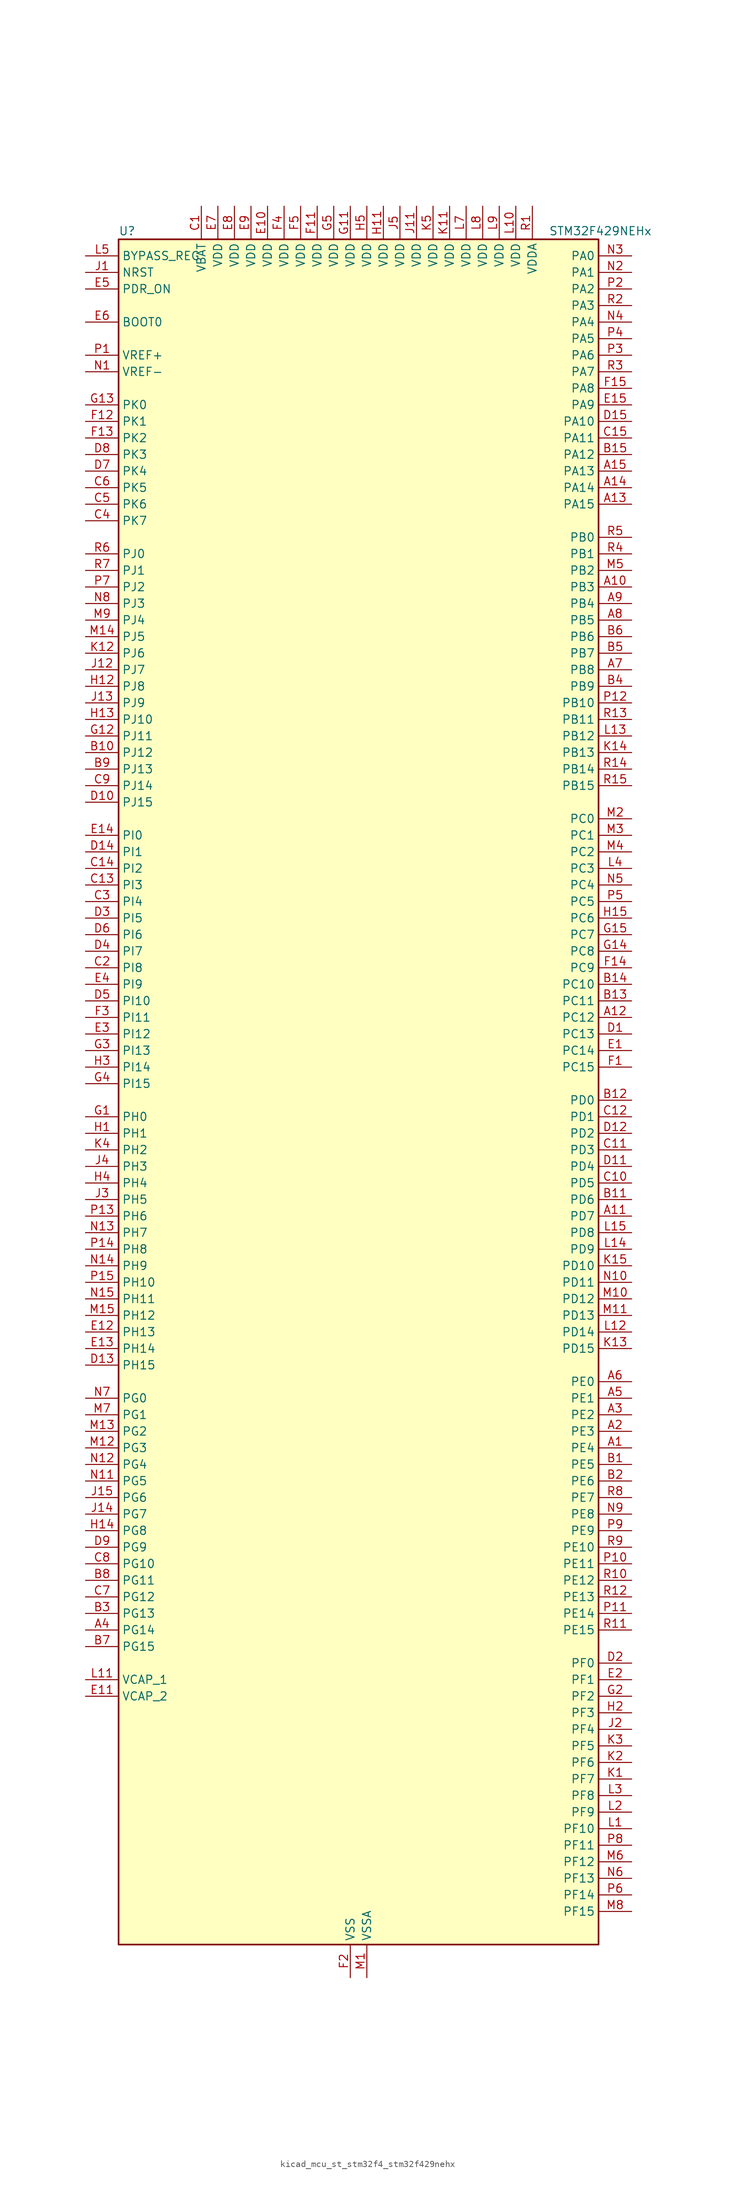
<source format=kicad_sym>
(kicad_symbol_lib
  (version 20220914)
  (generator kicad_symbol_editor)
  (symbol "kicad_mcu_st_stm32f4_stm32f429nehx"
    (property "Reference" "U"
      (at -35.56 133.35 0)
      (effects (font (size 1.27 1.27)) (justify left)))
    (property "Value" "STM32F429NEHx"
      (at 30.48 133.35 0)
      (effects (font (size 1.27 1.27)) (justify left)))
    (property "ki_locked" ""
      (at 0 0 0)
      (effects (font (size 1.27 1.27))))
    (symbol "kicad_mcu_st_stm32f4_stm32f429nehx_0_1"
      (rectangle (start -35.56 -129.54) (end 38.1 132.08) (stroke (width 0.254) (type default)) (fill (type background))))
    (symbol "kicad_mcu_st_stm32f4_stm32f429nehx_1_1"
      (pin bidirectional line (at 43.18 -53.34 180) (length 5.08) (name "PE4" (effects (font (size 1.27 1.27)))) (number "A1" (effects (font (size 1.27 1.27)))) (alternate "DCMI_D4" bidirectional line) (alternate "FMC_A20" bidirectional line) (alternate "LTDC_B0" bidirectional line) (alternate "SAI1_FS_A" bidirectional line) (alternate "SPI4_NSS" bidirectional line) (alternate "SYS_TRACED1" bidirectional line))
      (pin bidirectional line (at 43.18 78.74 180) (length 5.08) (name "PB3" (effects (font (size 1.27 1.27)))) (number "A10" (effects (font (size 1.27 1.27)))) (alternate "I2S3_CK" bidirectional line) (alternate "SPI1_SCK" bidirectional line) (alternate "SPI3_SCK" bidirectional line) (alternate "SYS_JTDO-SWO" bidirectional line) (alternate "TIM2_CH2" bidirectional line))
      (pin bidirectional line (at 43.18 -17.78 180) (length 5.08) (name "PD7" (effects (font (size 1.27 1.27)))) (number "A11" (effects (font (size 1.27 1.27)))) (alternate "FMC_NCE2" bidirectional line) (alternate "FMC_NE1" bidirectional line) (alternate "USART2_CK" bidirectional line))
      (pin bidirectional line (at 43.18 12.7 180) (length 5.08) (name "PC12" (effects (font (size 1.27 1.27)))) (number "A12" (effects (font (size 1.27 1.27)))) (alternate "DCMI_D9" bidirectional line) (alternate "I2S3_SD" bidirectional line) (alternate "SDIO_CK" bidirectional line) (alternate "SPI3_MOSI" bidirectional line) (alternate "UART5_TX" bidirectional line) (alternate "USART3_CK" bidirectional line))
      (pin bidirectional line (at 43.18 91.44 180) (length 5.08) (name "PA15" (effects (font (size 1.27 1.27)))) (number "A13" (effects (font (size 1.27 1.27)))) (alternate "ADC1_EXTI15" bidirectional line) (alternate "ADC2_EXTI15" bidirectional line) (alternate "ADC3_EXTI15" bidirectional line) (alternate "I2S3_WS" bidirectional line) (alternate "SPI1_NSS" bidirectional line) (alternate "SPI3_NSS" bidirectional line) (alternate "SYS_JTDI" bidirectional line) (alternate "TIM2_CH1" bidirectional line) (alternate "TIM2_ETR" bidirectional line))
      (pin bidirectional line (at 43.18 93.98 180) (length 5.08) (name "PA14" (effects (font (size 1.27 1.27)))) (number "A14" (effects (font (size 1.27 1.27)))) (alternate "SYS_JTCK-SWCLK" bidirectional line))
      (pin bidirectional line (at 43.18 96.52 180) (length 5.08) (name "PA13" (effects (font (size 1.27 1.27)))) (number "A15" (effects (font (size 1.27 1.27)))) (alternate "SYS_JTMS-SWDIO" bidirectional line))
      (pin bidirectional line (at 43.18 -50.8 180) (length 5.08) (name "PE3" (effects (font (size 1.27 1.27)))) (number "A2" (effects (font (size 1.27 1.27)))) (alternate "FMC_A19" bidirectional line) (alternate "SAI1_SD_B" bidirectional line) (alternate "SYS_TRACED0" bidirectional line))
      (pin bidirectional line (at 43.18 -48.26 180) (length 5.08) (name "PE2" (effects (font (size 1.27 1.27)))) (number "A3" (effects (font (size 1.27 1.27)))) (alternate "ETH_TXD3" bidirectional line) (alternate "FMC_A23" bidirectional line) (alternate "SAI1_MCLK_A" bidirectional line) (alternate "SPI4_SCK" bidirectional line) (alternate "SYS_TRACECLK" bidirectional line))
      (pin bidirectional line (at -40.64 -81.28 0) (length 5.08) (name "PG14" (effects (font (size 1.27 1.27)))) (number "A4" (effects (font (size 1.27 1.27)))) (alternate "ETH_TXD1" bidirectional line) (alternate "FMC_A25" bidirectional line) (alternate "SPI6_MOSI" bidirectional line) (alternate "USART6_TX" bidirectional line))
      (pin bidirectional line (at 43.18 -45.72 180) (length 5.08) (name "PE1" (effects (font (size 1.27 1.27)))) (number "A5" (effects (font (size 1.27 1.27)))) (alternate "DCMI_D3" bidirectional line) (alternate "FMC_NBL1" bidirectional line) (alternate "UART8_TX" bidirectional line))
      (pin bidirectional line (at 43.18 -43.18 180) (length 5.08) (name "PE0" (effects (font (size 1.27 1.27)))) (number "A6" (effects (font (size 1.27 1.27)))) (alternate "DCMI_D2" bidirectional line) (alternate "FMC_NBL0" bidirectional line) (alternate "TIM4_ETR" bidirectional line) (alternate "UART8_RX" bidirectional line))
      (pin bidirectional line (at 43.18 66.04 180) (length 5.08) (name "PB8" (effects (font (size 1.27 1.27)))) (number "A7" (effects (font (size 1.27 1.27)))) (alternate "CAN1_RX" bidirectional line) (alternate "DCMI_D6" bidirectional line) (alternate "ETH_TXD3" bidirectional line) (alternate "I2C1_SCL" bidirectional line) (alternate "LTDC_B6" bidirectional line) (alternate "SDIO_D4" bidirectional line) (alternate "TIM10_CH1" bidirectional line) (alternate "TIM4_CH3" bidirectional line))
      (pin bidirectional line (at 43.18 73.66 180) (length 5.08) (name "PB5" (effects (font (size 1.27 1.27)))) (number "A8" (effects (font (size 1.27 1.27)))) (alternate "CAN2_RX" bidirectional line) (alternate "DCMI_D10" bidirectional line) (alternate "ETH_PPS_OUT" bidirectional line) (alternate "FMC_SDCKE1" bidirectional line) (alternate "I2C1_SMBA" bidirectional line) (alternate "I2S3_SD" bidirectional line) (alternate "SPI1_MOSI" bidirectional line) (alternate "SPI3_MOSI" bidirectional line) (alternate "TIM3_CH2" bidirectional line) (alternate "USB_OTG_HS_ULPI_D7" bidirectional line))
      (pin bidirectional line (at 43.18 76.2 180) (length 5.08) (name "PB4" (effects (font (size 1.27 1.27)))) (number "A9" (effects (font (size 1.27 1.27)))) (alternate "I2S3_ext_SD" bidirectional line) (alternate "SPI1_MISO" bidirectional line) (alternate "SPI3_MISO" bidirectional line) (alternate "SYS_JTRST" bidirectional line) (alternate "TIM3_CH1" bidirectional line))
      (pin bidirectional line (at 43.18 -55.88 180) (length 5.08) (name "PE5" (effects (font (size 1.27 1.27)))) (number "B1" (effects (font (size 1.27 1.27)))) (alternate "DCMI_D6" bidirectional line) (alternate "FMC_A21" bidirectional line) (alternate "LTDC_G0" bidirectional line) (alternate "SAI1_SCK_A" bidirectional line) (alternate "SPI4_MISO" bidirectional line) (alternate "SYS_TRACED2" bidirectional line) (alternate "TIM9_CH1" bidirectional line))
      (pin bidirectional line (at -40.64 53.34 0) (length 5.08) (name "PJ12" (effects (font (size 1.27 1.27)))) (number "B10" (effects (font (size 1.27 1.27)))) (alternate "LTDC_B0" bidirectional line))
      (pin bidirectional line (at 43.18 -15.24 180) (length 5.08) (name "PD6" (effects (font (size 1.27 1.27)))) (number "B11" (effects (font (size 1.27 1.27)))) (alternate "DCMI_D10" bidirectional line) (alternate "FMC_NWAIT" bidirectional line) (alternate "I2S3_SD" bidirectional line) (alternate "LTDC_B2" bidirectional line) (alternate "SAI1_SD_A" bidirectional line) (alternate "SPI3_MOSI" bidirectional line) (alternate "USART2_RX" bidirectional line))
      (pin bidirectional line (at 43.18 0 180) (length 5.08) (name "PD0" (effects (font (size 1.27 1.27)))) (number "B12" (effects (font (size 1.27 1.27)))) (alternate "CAN1_RX" bidirectional line) (alternate "FMC_D2" bidirectional line) (alternate "FMC_DA2" bidirectional line))
      (pin bidirectional line (at 43.18 15.24 180) (length 5.08) (name "PC11" (effects (font (size 1.27 1.27)))) (number "B13" (effects (font (size 1.27 1.27)))) (alternate "ADC1_EXTI11" bidirectional line) (alternate "ADC2_EXTI11" bidirectional line) (alternate "ADC3_EXTI11" bidirectional line) (alternate "DCMI_D4" bidirectional line) (alternate "I2S3_ext_SD" bidirectional line) (alternate "SDIO_D3" bidirectional line) (alternate "SPI3_MISO" bidirectional line) (alternate "UART4_RX" bidirectional line) (alternate "USART3_RX" bidirectional line))
      (pin bidirectional line (at 43.18 17.78 180) (length 5.08) (name "PC10" (effects (font (size 1.27 1.27)))) (number "B14" (effects (font (size 1.27 1.27)))) (alternate "DCMI_D8" bidirectional line) (alternate "I2S3_CK" bidirectional line) (alternate "LTDC_R2" bidirectional line) (alternate "SDIO_D2" bidirectional line) (alternate "SPI3_SCK" bidirectional line) (alternate "UART4_TX" bidirectional line) (alternate "USART3_TX" bidirectional line))
      (pin bidirectional line (at 43.18 99.06 180) (length 5.08) (name "PA12" (effects (font (size 1.27 1.27)))) (number "B15" (effects (font (size 1.27 1.27)))) (alternate "CAN1_TX" bidirectional line) (alternate "LTDC_R5" bidirectional line) (alternate "TIM1_ETR" bidirectional line) (alternate "USART1_RTS" bidirectional line) (alternate "USB_OTG_FS_DP" bidirectional line))
      (pin bidirectional line (at 43.18 -58.42 180) (length 5.08) (name "PE6" (effects (font (size 1.27 1.27)))) (number "B2" (effects (font (size 1.27 1.27)))) (alternate "DCMI_D7" bidirectional line) (alternate "FMC_A22" bidirectional line) (alternate "LTDC_G1" bidirectional line) (alternate "SAI1_SD_A" bidirectional line) (alternate "SPI4_MOSI" bidirectional line) (alternate "SYS_TRACED3" bidirectional line) (alternate "TIM9_CH2" bidirectional line))
      (pin bidirectional line (at -40.64 -78.74 0) (length 5.08) (name "PG13" (effects (font (size 1.27 1.27)))) (number "B3" (effects (font (size 1.27 1.27)))) (alternate "ETH_TXD0" bidirectional line) (alternate "FMC_A24" bidirectional line) (alternate "SPI6_SCK" bidirectional line) (alternate "USART6_CTS" bidirectional line))
      (pin bidirectional line (at 43.18 63.5 180) (length 5.08) (name "PB9" (effects (font (size 1.27 1.27)))) (number "B4" (effects (font (size 1.27 1.27)))) (alternate "CAN1_TX" bidirectional line) (alternate "DAC_EXTI9" bidirectional line) (alternate "DCMI_D7" bidirectional line) (alternate "I2C1_SDA" bidirectional line) (alternate "I2S2_WS" bidirectional line) (alternate "LTDC_B7" bidirectional line) (alternate "SDIO_D5" bidirectional line) (alternate "SPI2_NSS" bidirectional line) (alternate "TIM11_CH1" bidirectional line) (alternate "TIM4_CH4" bidirectional line))
      (pin bidirectional line (at 43.18 68.58 180) (length 5.08) (name "PB7" (effects (font (size 1.27 1.27)))) (number "B5" (effects (font (size 1.27 1.27)))) (alternate "DCMI_VSYNC" bidirectional line) (alternate "FMC_NL" bidirectional line) (alternate "I2C1_SDA" bidirectional line) (alternate "TIM4_CH2" bidirectional line) (alternate "USART1_RX" bidirectional line))
      (pin bidirectional line (at 43.18 71.12 180) (length 5.08) (name "PB6" (effects (font (size 1.27 1.27)))) (number "B6" (effects (font (size 1.27 1.27)))) (alternate "CAN2_TX" bidirectional line) (alternate "DCMI_D5" bidirectional line) (alternate "FMC_SDNE1" bidirectional line) (alternate "I2C1_SCL" bidirectional line) (alternate "TIM4_CH1" bidirectional line) (alternate "USART1_TX" bidirectional line))
      (pin bidirectional line (at -40.64 -83.82 0) (length 5.08) (name "PG15" (effects (font (size 1.27 1.27)))) (number "B7" (effects (font (size 1.27 1.27)))) (alternate "ADC1_EXTI15" bidirectional line) (alternate "ADC2_EXTI15" bidirectional line) (alternate "ADC3_EXTI15" bidirectional line) (alternate "DCMI_D13" bidirectional line) (alternate "FMC_SDNCAS" bidirectional line) (alternate "USART6_CTS" bidirectional line))
      (pin bidirectional line (at -40.64 -73.66 0) (length 5.08) (name "PG11" (effects (font (size 1.27 1.27)))) (number "B8" (effects (font (size 1.27 1.27)))) (alternate "ADC1_EXTI11" bidirectional line) (alternate "ADC2_EXTI11" bidirectional line) (alternate "ADC3_EXTI11" bidirectional line) (alternate "DCMI_D3" bidirectional line) (alternate "ETH_TX_EN" bidirectional line) (alternate "FMC_NCE4_2" bidirectional line) (alternate "LTDC_B3" bidirectional line))
      (pin bidirectional line (at -40.64 50.8 0) (length 5.08) (name "PJ13" (effects (font (size 1.27 1.27)))) (number "B9" (effects (font (size 1.27 1.27)))) (alternate "LTDC_B1" bidirectional line))
      (pin power_in line (at -22.86 137.16 270) (length 5.08) (name "VBAT" (effects (font (size 1.27 1.27)))) (number "C1" (effects (font (size 1.27 1.27)))))
      (pin bidirectional line (at 43.18 -12.7 180) (length 5.08) (name "PD5" (effects (font (size 1.27 1.27)))) (number "C10" (effects (font (size 1.27 1.27)))) (alternate "FMC_NWE" bidirectional line) (alternate "USART2_TX" bidirectional line))
      (pin bidirectional line (at 43.18 -7.62 180) (length 5.08) (name "PD3" (effects (font (size 1.27 1.27)))) (number "C11" (effects (font (size 1.27 1.27)))) (alternate "DCMI_D5" bidirectional line) (alternate "FMC_CLK" bidirectional line) (alternate "I2S2_CK" bidirectional line) (alternate "LTDC_G7" bidirectional line) (alternate "SPI2_SCK" bidirectional line) (alternate "USART2_CTS" bidirectional line))
      (pin bidirectional line (at 43.18 -2.54 180) (length 5.08) (name "PD1" (effects (font (size 1.27 1.27)))) (number "C12" (effects (font (size 1.27 1.27)))) (alternate "CAN1_TX" bidirectional line) (alternate "FMC_D3" bidirectional line) (alternate "FMC_DA3" bidirectional line))
      (pin bidirectional line (at -40.64 33.02 0) (length 5.08) (name "PI3" (effects (font (size 1.27 1.27)))) (number "C13" (effects (font (size 1.27 1.27)))) (alternate "DCMI_D10" bidirectional line) (alternate "FMC_D27" bidirectional line) (alternate "I2S2_SD" bidirectional line) (alternate "SPI2_MOSI" bidirectional line) (alternate "TIM8_ETR" bidirectional line))
      (pin bidirectional line (at -40.64 35.56 0) (length 5.08) (name "PI2" (effects (font (size 1.27 1.27)))) (number "C14" (effects (font (size 1.27 1.27)))) (alternate "DCMI_D9" bidirectional line) (alternate "FMC_D26" bidirectional line) (alternate "I2S2_ext_SD" bidirectional line) (alternate "LTDC_G7" bidirectional line) (alternate "SPI2_MISO" bidirectional line) (alternate "TIM8_CH4" bidirectional line))
      (pin bidirectional line (at 43.18 101.6 180) (length 5.08) (name "PA11" (effects (font (size 1.27 1.27)))) (number "C15" (effects (font (size 1.27 1.27)))) (alternate "ADC1_EXTI11" bidirectional line) (alternate "ADC2_EXTI11" bidirectional line) (alternate "ADC3_EXTI11" bidirectional line) (alternate "CAN1_RX" bidirectional line) (alternate "LTDC_R4" bidirectional line) (alternate "TIM1_CH4" bidirectional line) (alternate "USART1_CTS" bidirectional line) (alternate "USB_OTG_FS_DM" bidirectional line))
      (pin bidirectional line (at -40.64 20.32 0) (length 5.08) (name "PI8" (effects (font (size 1.27 1.27)))) (number "C2" (effects (font (size 1.27 1.27)))) (alternate "RTC_AF2" bidirectional line))
      (pin bidirectional line (at -40.64 30.48 0) (length 5.08) (name "PI4" (effects (font (size 1.27 1.27)))) (number "C3" (effects (font (size 1.27 1.27)))) (alternate "DCMI_D5" bidirectional line) (alternate "FMC_NBL2" bidirectional line) (alternate "LTDC_B4" bidirectional line) (alternate "TIM8_BKIN" bidirectional line))
      (pin bidirectional line (at -40.64 88.9 0) (length 5.08) (name "PK7" (effects (font (size 1.27 1.27)))) (number "C4" (effects (font (size 1.27 1.27)))) (alternate "LTDC_DE" bidirectional line))
      (pin bidirectional line (at -40.64 91.44 0) (length 5.08) (name "PK6" (effects (font (size 1.27 1.27)))) (number "C5" (effects (font (size 1.27 1.27)))) (alternate "LTDC_B7" bidirectional line))
      (pin bidirectional line (at -40.64 93.98 0) (length 5.08) (name "PK5" (effects (font (size 1.27 1.27)))) (number "C6" (effects (font (size 1.27 1.27)))) (alternate "LTDC_B6" bidirectional line))
      (pin bidirectional line (at -40.64 -76.2 0) (length 5.08) (name "PG12" (effects (font (size 1.27 1.27)))) (number "C7" (effects (font (size 1.27 1.27)))) (alternate "FMC_NE4" bidirectional line) (alternate "LTDC_B1" bidirectional line) (alternate "LTDC_B4" bidirectional line) (alternate "SPI6_MISO" bidirectional line) (alternate "USART6_RTS" bidirectional line))
      (pin bidirectional line (at -40.64 -71.12 0) (length 5.08) (name "PG10" (effects (font (size 1.27 1.27)))) (number "C8" (effects (font (size 1.27 1.27)))) (alternate "DCMI_D2" bidirectional line) (alternate "FMC_NCE4_1" bidirectional line) (alternate "FMC_NE3" bidirectional line) (alternate "LTDC_B2" bidirectional line) (alternate "LTDC_G3" bidirectional line))
      (pin bidirectional line (at -40.64 48.26 0) (length 5.08) (name "PJ14" (effects (font (size 1.27 1.27)))) (number "C9" (effects (font (size 1.27 1.27)))) (alternate "LTDC_B2" bidirectional line))
      (pin bidirectional line (at 43.18 10.16 180) (length 5.08) (name "PC13" (effects (font (size 1.27 1.27)))) (number "D1" (effects (font (size 1.27 1.27)))) (alternate "RTC_AF1" bidirectional line))
      (pin bidirectional line (at -40.64 45.72 0) (length 5.08) (name "PJ15" (effects (font (size 1.27 1.27)))) (number "D10" (effects (font (size 1.27 1.27)))) (alternate "ADC1_EXTI15" bidirectional line) (alternate "ADC2_EXTI15" bidirectional line) (alternate "ADC3_EXTI15" bidirectional line) (alternate "LTDC_B3" bidirectional line))
      (pin bidirectional line (at 43.18 -10.16 180) (length 5.08) (name "PD4" (effects (font (size 1.27 1.27)))) (number "D11" (effects (font (size 1.27 1.27)))) (alternate "FMC_NOE" bidirectional line) (alternate "USART2_RTS" bidirectional line))
      (pin bidirectional line (at 43.18 -5.08 180) (length 5.08) (name "PD2" (effects (font (size 1.27 1.27)))) (number "D12" (effects (font (size 1.27 1.27)))) (alternate "DCMI_D11" bidirectional line) (alternate "SDIO_CMD" bidirectional line) (alternate "TIM3_ETR" bidirectional line) (alternate "UART5_RX" bidirectional line))
      (pin bidirectional line (at -40.64 -40.64 0) (length 5.08) (name "PH15" (effects (font (size 1.27 1.27)))) (number "D13" (effects (font (size 1.27 1.27)))) (alternate "ADC1_EXTI15" bidirectional line) (alternate "ADC2_EXTI15" bidirectional line) (alternate "ADC3_EXTI15" bidirectional line) (alternate "DCMI_D11" bidirectional line) (alternate "FMC_D23" bidirectional line) (alternate "LTDC_G4" bidirectional line) (alternate "TIM8_CH3N" bidirectional line))
      (pin bidirectional line (at -40.64 38.1 0) (length 5.08) (name "PI1" (effects (font (size 1.27 1.27)))) (number "D14" (effects (font (size 1.27 1.27)))) (alternate "DCMI_D8" bidirectional line) (alternate "FMC_D25" bidirectional line) (alternate "I2S2_CK" bidirectional line) (alternate "LTDC_G6" bidirectional line) (alternate "SPI2_SCK" bidirectional line))
      (pin bidirectional line (at 43.18 104.14 180) (length 5.08) (name "PA10" (effects (font (size 1.27 1.27)))) (number "D15" (effects (font (size 1.27 1.27)))) (alternate "DCMI_D1" bidirectional line) (alternate "TIM1_CH3" bidirectional line) (alternate "USART1_RX" bidirectional line) (alternate "USB_OTG_FS_ID" bidirectional line))
      (pin bidirectional line (at 43.18 -86.36 180) (length 5.08) (name "PF0" (effects (font (size 1.27 1.27)))) (number "D2" (effects (font (size 1.27 1.27)))) (alternate "FMC_A0" bidirectional line) (alternate "I2C2_SDA" bidirectional line))
      (pin bidirectional line (at -40.64 27.94 0) (length 5.08) (name "PI5" (effects (font (size 1.27 1.27)))) (number "D3" (effects (font (size 1.27 1.27)))) (alternate "DCMI_VSYNC" bidirectional line) (alternate "FMC_NBL3" bidirectional line) (alternate "LTDC_B5" bidirectional line) (alternate "TIM8_CH1" bidirectional line))
      (pin bidirectional line (at -40.64 22.86 0) (length 5.08) (name "PI7" (effects (font (size 1.27 1.27)))) (number "D4" (effects (font (size 1.27 1.27)))) (alternate "DCMI_D7" bidirectional line) (alternate "FMC_D29" bidirectional line) (alternate "LTDC_B7" bidirectional line) (alternate "TIM8_CH3" bidirectional line))
      (pin bidirectional line (at -40.64 15.24 0) (length 5.08) (name "PI10" (effects (font (size 1.27 1.27)))) (number "D5" (effects (font (size 1.27 1.27)))) (alternate "ETH_RX_ER" bidirectional line) (alternate "FMC_D31" bidirectional line) (alternate "LTDC_HSYNC" bidirectional line))
      (pin bidirectional line (at -40.64 25.4 0) (length 5.08) (name "PI6" (effects (font (size 1.27 1.27)))) (number "D6" (effects (font (size 1.27 1.27)))) (alternate "DCMI_D6" bidirectional line) (alternate "FMC_D28" bidirectional line) (alternate "LTDC_B6" bidirectional line) (alternate "TIM8_CH2" bidirectional line))
      (pin bidirectional line (at -40.64 96.52 0) (length 5.08) (name "PK4" (effects (font (size 1.27 1.27)))) (number "D7" (effects (font (size 1.27 1.27)))) (alternate "LTDC_B5" bidirectional line))
      (pin bidirectional line (at -40.64 99.06 0) (length 5.08) (name "PK3" (effects (font (size 1.27 1.27)))) (number "D8" (effects (font (size 1.27 1.27)))) (alternate "LTDC_B4" bidirectional line))
      (pin bidirectional line (at -40.64 -68.58 0) (length 5.08) (name "PG9" (effects (font (size 1.27 1.27)))) (number "D9" (effects (font (size 1.27 1.27)))) (alternate "DAC_EXTI9" bidirectional line) (alternate "DCMI_VSYNC" bidirectional line) (alternate "FMC_NCE3" bidirectional line) (alternate "FMC_NE2" bidirectional line) (alternate "USART6_RX" bidirectional line))
      (pin bidirectional line (at 43.18 7.62 180) (length 5.08) (name "PC14" (effects (font (size 1.27 1.27)))) (number "E1" (effects (font (size 1.27 1.27)))) (alternate "RCC_OSC32_IN" bidirectional line))
      (pin power_in line (at -12.7 137.16 270) (length 5.08) (name "VDD" (effects (font (size 1.27 1.27)))) (number "E10" (effects (font (size 1.27 1.27)))))
      (pin power_out line (at -40.64 -91.44 0) (length 5.08) (name "VCAP_2" (effects (font (size 1.27 1.27)))) (number "E11" (effects (font (size 1.27 1.27)))))
      (pin bidirectional line (at -40.64 -35.56 0) (length 5.08) (name "PH13" (effects (font (size 1.27 1.27)))) (number "E12" (effects (font (size 1.27 1.27)))) (alternate "CAN1_TX" bidirectional line) (alternate "FMC_D21" bidirectional line) (alternate "LTDC_G2" bidirectional line) (alternate "TIM8_CH1N" bidirectional line))
      (pin bidirectional line (at -40.64 -38.1 0) (length 5.08) (name "PH14" (effects (font (size 1.27 1.27)))) (number "E13" (effects (font (size 1.27 1.27)))) (alternate "DCMI_D4" bidirectional line) (alternate "FMC_D22" bidirectional line) (alternate "LTDC_G3" bidirectional line) (alternate "TIM8_CH2N" bidirectional line))
      (pin bidirectional line (at -40.64 40.64 0) (length 5.08) (name "PI0" (effects (font (size 1.27 1.27)))) (number "E14" (effects (font (size 1.27 1.27)))) (alternate "DCMI_D13" bidirectional line) (alternate "FMC_D24" bidirectional line) (alternate "I2S2_WS" bidirectional line) (alternate "LTDC_G5" bidirectional line) (alternate "SPI2_NSS" bidirectional line) (alternate "TIM5_CH4" bidirectional line))
      (pin bidirectional line (at 43.18 106.68 180) (length 5.08) (name "PA9" (effects (font (size 1.27 1.27)))) (number "E15" (effects (font (size 1.27 1.27)))) (alternate "DAC_EXTI9" bidirectional line) (alternate "DCMI_D0" bidirectional line) (alternate "I2C3_SMBA" bidirectional line) (alternate "TIM1_CH2" bidirectional line) (alternate "USART1_TX" bidirectional line) (alternate "USB_OTG_FS_VBUS" bidirectional line))
      (pin bidirectional line (at 43.18 -88.9 180) (length 5.08) (name "PF1" (effects (font (size 1.27 1.27)))) (number "E2" (effects (font (size 1.27 1.27)))) (alternate "FMC_A1" bidirectional line) (alternate "I2C2_SCL" bidirectional line))
      (pin bidirectional line (at -40.64 10.16 0) (length 5.08) (name "PI12" (effects (font (size 1.27 1.27)))) (number "E3" (effects (font (size 1.27 1.27)))) (alternate "LTDC_HSYNC" bidirectional line))
      (pin bidirectional line (at -40.64 17.78 0) (length 5.08) (name "PI9" (effects (font (size 1.27 1.27)))) (number "E4" (effects (font (size 1.27 1.27)))) (alternate "CAN1_RX" bidirectional line) (alternate "DAC_EXTI9" bidirectional line) (alternate "FMC_D30" bidirectional line) (alternate "LTDC_VSYNC" bidirectional line))
      (pin input line (at -40.64 124.46 0) (length 5.08) (name "PDR_ON" (effects (font (size 1.27 1.27)))) (number "E5" (effects (font (size 1.27 1.27)))))
      (pin input line (at -40.64 119.38 0) (length 5.08) (name "BOOT0" (effects (font (size 1.27 1.27)))) (number "E6" (effects (font (size 1.27 1.27)))))
      (pin power_in line (at -20.32 137.16 270) (length 5.08) (name "VDD" (effects (font (size 1.27 1.27)))) (number "E7" (effects (font (size 1.27 1.27)))))
      (pin power_in line (at -17.78 137.16 270) (length 5.08) (name "VDD" (effects (font (size 1.27 1.27)))) (number "E8" (effects (font (size 1.27 1.27)))))
      (pin power_in line (at -15.24 137.16 270) (length 5.08) (name "VDD" (effects (font (size 1.27 1.27)))) (number "E9" (effects (font (size 1.27 1.27)))))
      (pin bidirectional line (at 43.18 5.08 180) (length 5.08) (name "PC15" (effects (font (size 1.27 1.27)))) (number "F1" (effects (font (size 1.27 1.27)))) (alternate "ADC1_EXTI15" bidirectional line) (alternate "ADC2_EXTI15" bidirectional line) (alternate "ADC3_EXTI15" bidirectional line) (alternate "RCC_OSC32_OUT" bidirectional line))
      (pin passive line (at 0 -134.62 90) (length 5.08) hide (name "VSS" (effects (font (size 1.27 1.27)))) (number "F10" (effects (font (size 1.27 1.27)))))
      (pin power_in line (at -5.08 137.16 270) (length 5.08) (name "VDD" (effects (font (size 1.27 1.27)))) (number "F11" (effects (font (size 1.27 1.27)))))
      (pin bidirectional line (at -40.64 104.14 0) (length 5.08) (name "PK1" (effects (font (size 1.27 1.27)))) (number "F12" (effects (font (size 1.27 1.27)))) (alternate "LTDC_G6" bidirectional line))
      (pin bidirectional line (at -40.64 101.6 0) (length 5.08) (name "PK2" (effects (font (size 1.27 1.27)))) (number "F13" (effects (font (size 1.27 1.27)))) (alternate "LTDC_G7" bidirectional line))
      (pin bidirectional line (at 43.18 20.32 180) (length 5.08) (name "PC9" (effects (font (size 1.27 1.27)))) (number "F14" (effects (font (size 1.27 1.27)))) (alternate "DAC_EXTI9" bidirectional line) (alternate "DCMI_D3" bidirectional line) (alternate "I2C3_SDA" bidirectional line) (alternate "I2S_CKIN" bidirectional line) (alternate "RCC_MCO_2" bidirectional line) (alternate "SDIO_D1" bidirectional line) (alternate "TIM3_CH4" bidirectional line) (alternate "TIM8_CH4" bidirectional line))
      (pin bidirectional line (at 43.18 109.22 180) (length 5.08) (name "PA8" (effects (font (size 1.27 1.27)))) (number "F15" (effects (font (size 1.27 1.27)))) (alternate "I2C3_SCL" bidirectional line) (alternate "LTDC_R6" bidirectional line) (alternate "RCC_MCO_1" bidirectional line) (alternate "TIM1_CH1" bidirectional line) (alternate "USART1_CK" bidirectional line) (alternate "USB_OTG_FS_SOF" bidirectional line))
      (pin power_in line (at 0 -134.62 90) (length 5.08) (name "VSS" (effects (font (size 1.27 1.27)))) (number "F2" (effects (font (size 1.27 1.27)))))
      (pin bidirectional line (at -40.64 12.7 0) (length 5.08) (name "PI11" (effects (font (size 1.27 1.27)))) (number "F3" (effects (font (size 1.27 1.27)))) (alternate "ADC1_EXTI11" bidirectional line) (alternate "ADC2_EXTI11" bidirectional line) (alternate "ADC3_EXTI11" bidirectional line) (alternate "USB_OTG_HS_ULPI_DIR" bidirectional line))
      (pin power_in line (at -10.16 137.16 270) (length 5.08) (name "VDD" (effects (font (size 1.27 1.27)))) (number "F4" (effects (font (size 1.27 1.27)))))
      (pin power_in line (at -7.62 137.16 270) (length 5.08) (name "VDD" (effects (font (size 1.27 1.27)))) (number "F5" (effects (font (size 1.27 1.27)))))
      (pin passive line (at 0 -134.62 90) (length 5.08) hide (name "VSS" (effects (font (size 1.27 1.27)))) (number "F6" (effects (font (size 1.27 1.27)))))
      (pin passive line (at 0 -134.62 90) (length 5.08) hide (name "VSS" (effects (font (size 1.27 1.27)))) (number "F7" (effects (font (size 1.27 1.27)))))
      (pin passive line (at 0 -134.62 90) (length 5.08) hide (name "VSS" (effects (font (size 1.27 1.27)))) (number "F8" (effects (font (size 1.27 1.27)))))
      (pin passive line (at 0 -134.62 90) (length 5.08) hide (name "VSS" (effects (font (size 1.27 1.27)))) (number "F9" (effects (font (size 1.27 1.27)))))
      (pin bidirectional line (at -40.64 -2.54 0) (length 5.08) (name "PH0" (effects (font (size 1.27 1.27)))) (number "G1" (effects (font (size 1.27 1.27)))) (alternate "RCC_OSC_IN" bidirectional line))
      (pin passive line (at 0 -134.62 90) (length 5.08) hide (name "VSS" (effects (font (size 1.27 1.27)))) (number "G10" (effects (font (size 1.27 1.27)))))
      (pin power_in line (at 0 137.16 270) (length 5.08) (name "VDD" (effects (font (size 1.27 1.27)))) (number "G11" (effects (font (size 1.27 1.27)))))
      (pin bidirectional line (at -40.64 55.88 0) (length 5.08) (name "PJ11" (effects (font (size 1.27 1.27)))) (number "G12" (effects (font (size 1.27 1.27)))) (alternate "ADC1_EXTI11" bidirectional line) (alternate "ADC2_EXTI11" bidirectional line) (alternate "ADC3_EXTI11" bidirectional line) (alternate "LTDC_G4" bidirectional line))
      (pin bidirectional line (at -40.64 106.68 0) (length 5.08) (name "PK0" (effects (font (size 1.27 1.27)))) (number "G13" (effects (font (size 1.27 1.27)))) (alternate "LTDC_G5" bidirectional line))
      (pin bidirectional line (at 43.18 22.86 180) (length 5.08) (name "PC8" (effects (font (size 1.27 1.27)))) (number "G14" (effects (font (size 1.27 1.27)))) (alternate "DCMI_D2" bidirectional line) (alternate "SDIO_D0" bidirectional line) (alternate "TIM3_CH3" bidirectional line) (alternate "TIM8_CH3" bidirectional line) (alternate "USART6_CK" bidirectional line))
      (pin bidirectional line (at 43.18 25.4 180) (length 5.08) (name "PC7" (effects (font (size 1.27 1.27)))) (number "G15" (effects (font (size 1.27 1.27)))) (alternate "DCMI_D1" bidirectional line) (alternate "I2S3_MCK" bidirectional line) (alternate "LTDC_G6" bidirectional line) (alternate "SDIO_D7" bidirectional line) (alternate "TIM3_CH2" bidirectional line) (alternate "TIM8_CH2" bidirectional line) (alternate "USART6_RX" bidirectional line))
      (pin bidirectional line (at 43.18 -91.44 180) (length 5.08) (name "PF2" (effects (font (size 1.27 1.27)))) (number "G2" (effects (font (size 1.27 1.27)))) (alternate "FMC_A2" bidirectional line) (alternate "I2C2_SMBA" bidirectional line))
      (pin bidirectional line (at -40.64 7.62 0) (length 5.08) (name "PI13" (effects (font (size 1.27 1.27)))) (number "G3" (effects (font (size 1.27 1.27)))) (alternate "LTDC_VSYNC" bidirectional line))
      (pin bidirectional line (at -40.64 2.54 0) (length 5.08) (name "PI15" (effects (font (size 1.27 1.27)))) (number "G4" (effects (font (size 1.27 1.27)))) (alternate "ADC1_EXTI15" bidirectional line) (alternate "ADC2_EXTI15" bidirectional line) (alternate "ADC3_EXTI15" bidirectional line) (alternate "LTDC_R0" bidirectional line))
      (pin power_in line (at -2.54 137.16 270) (length 5.08) (name "VDD" (effects (font (size 1.27 1.27)))) (number "G5" (effects (font (size 1.27 1.27)))))
      (pin passive line (at 0 -134.62 90) (length 5.08) hide (name "VSS" (effects (font (size 1.27 1.27)))) (number "G6" (effects (font (size 1.27 1.27)))))
      (pin bidirectional line (at -40.64 -5.08 0) (length 5.08) (name "PH1" (effects (font (size 1.27 1.27)))) (number "H1" (effects (font (size 1.27 1.27)))) (alternate "RCC_OSC_OUT" bidirectional line))
      (pin passive line (at 0 -134.62 90) (length 5.08) hide (name "VSS" (effects (font (size 1.27 1.27)))) (number "H10" (effects (font (size 1.27 1.27)))))
      (pin power_in line (at 5.08 137.16 270) (length 5.08) (name "VDD" (effects (font (size 1.27 1.27)))) (number "H11" (effects (font (size 1.27 1.27)))))
      (pin bidirectional line (at -40.64 63.5 0) (length 5.08) (name "PJ8" (effects (font (size 1.27 1.27)))) (number "H12" (effects (font (size 1.27 1.27)))) (alternate "LTDC_G1" bidirectional line))
      (pin bidirectional line (at -40.64 58.42 0) (length 5.08) (name "PJ10" (effects (font (size 1.27 1.27)))) (number "H13" (effects (font (size 1.27 1.27)))) (alternate "LTDC_G3" bidirectional line))
      (pin bidirectional line (at -40.64 -66.04 0) (length 5.08) (name "PG8" (effects (font (size 1.27 1.27)))) (number "H14" (effects (font (size 1.27 1.27)))) (alternate "ETH_PPS_OUT" bidirectional line) (alternate "FMC_SDCLK" bidirectional line) (alternate "SPI6_NSS" bidirectional line) (alternate "USART6_RTS" bidirectional line))
      (pin bidirectional line (at 43.18 27.94 180) (length 5.08) (name "PC6" (effects (font (size 1.27 1.27)))) (number "H15" (effects (font (size 1.27 1.27)))) (alternate "DCMI_D0" bidirectional line) (alternate "I2S2_MCK" bidirectional line) (alternate "LTDC_HSYNC" bidirectional line) (alternate "SDIO_D6" bidirectional line) (alternate "TIM3_CH1" bidirectional line) (alternate "TIM8_CH1" bidirectional line) (alternate "USART6_TX" bidirectional line))
      (pin bidirectional line (at 43.18 -93.98 180) (length 5.08) (name "PF3" (effects (font (size 1.27 1.27)))) (number "H2" (effects (font (size 1.27 1.27)))) (alternate "ADC3_IN9" bidirectional line) (alternate "FMC_A3" bidirectional line))
      (pin bidirectional line (at -40.64 5.08 0) (length 5.08) (name "PI14" (effects (font (size 1.27 1.27)))) (number "H3" (effects (font (size 1.27 1.27)))) (alternate "LTDC_CLK" bidirectional line))
      (pin bidirectional line (at -40.64 -12.7 0) (length 5.08) (name "PH4" (effects (font (size 1.27 1.27)))) (number "H4" (effects (font (size 1.27 1.27)))) (alternate "I2C2_SCL" bidirectional line) (alternate "USB_OTG_HS_ULPI_NXT" bidirectional line))
      (pin power_in line (at 2.54 137.16 270) (length 5.08) (name "VDD" (effects (font (size 1.27 1.27)))) (number "H5" (effects (font (size 1.27 1.27)))))
      (pin passive line (at 0 -134.62 90) (length 5.08) hide (name "VSS" (effects (font (size 1.27 1.27)))) (number "H6" (effects (font (size 1.27 1.27)))))
      (pin input line (at -40.64 127 0) (length 5.08) (name "NRST" (effects (font (size 1.27 1.27)))) (number "J1" (effects (font (size 1.27 1.27)))))
      (pin passive line (at 0 -134.62 90) (length 5.08) hide (name "VSS" (effects (font (size 1.27 1.27)))) (number "J10" (effects (font (size 1.27 1.27)))))
      (pin power_in line (at 10.16 137.16 270) (length 5.08) (name "VDD" (effects (font (size 1.27 1.27)))) (number "J11" (effects (font (size 1.27 1.27)))))
      (pin bidirectional line (at -40.64 66.04 0) (length 5.08) (name "PJ7" (effects (font (size 1.27 1.27)))) (number "J12" (effects (font (size 1.27 1.27)))) (alternate "LTDC_G0" bidirectional line))
      (pin bidirectional line (at -40.64 60.96 0) (length 5.08) (name "PJ9" (effects (font (size 1.27 1.27)))) (number "J13" (effects (font (size 1.27 1.27)))) (alternate "DAC_EXTI9" bidirectional line) (alternate "LTDC_G2" bidirectional line))
      (pin bidirectional line (at -40.64 -63.5 0) (length 5.08) (name "PG7" (effects (font (size 1.27 1.27)))) (number "J14" (effects (font (size 1.27 1.27)))) (alternate "DCMI_D13" bidirectional line) (alternate "FMC_INT3" bidirectional line) (alternate "LTDC_CLK" bidirectional line) (alternate "USART6_CK" bidirectional line))
      (pin bidirectional line (at -40.64 -60.96 0) (length 5.08) (name "PG6" (effects (font (size 1.27 1.27)))) (number "J15" (effects (font (size 1.27 1.27)))) (alternate "DCMI_D12" bidirectional line) (alternate "FMC_INT2" bidirectional line) (alternate "LTDC_R7" bidirectional line))
      (pin bidirectional line (at 43.18 -96.52 180) (length 5.08) (name "PF4" (effects (font (size 1.27 1.27)))) (number "J2" (effects (font (size 1.27 1.27)))) (alternate "ADC3_IN14" bidirectional line) (alternate "FMC_A4" bidirectional line))
      (pin bidirectional line (at -40.64 -15.24 0) (length 5.08) (name "PH5" (effects (font (size 1.27 1.27)))) (number "J3" (effects (font (size 1.27 1.27)))) (alternate "FMC_SDNWE" bidirectional line) (alternate "I2C2_SDA" bidirectional line) (alternate "SPI5_NSS" bidirectional line))
      (pin bidirectional line (at -40.64 -10.16 0) (length 5.08) (name "PH3" (effects (font (size 1.27 1.27)))) (number "J4" (effects (font (size 1.27 1.27)))) (alternate "ETH_COL" bidirectional line) (alternate "FMC_SDNE0" bidirectional line) (alternate "LTDC_R1" bidirectional line))
      (pin power_in line (at 7.62 137.16 270) (length 5.08) (name "VDD" (effects (font (size 1.27 1.27)))) (number "J5" (effects (font (size 1.27 1.27)))))
      (pin passive line (at 0 -134.62 90) (length 5.08) hide (name "VSS" (effects (font (size 1.27 1.27)))) (number "J6" (effects (font (size 1.27 1.27)))))
      (pin bidirectional line (at 43.18 -104.14 180) (length 5.08) (name "PF7" (effects (font (size 1.27 1.27)))) (number "K1" (effects (font (size 1.27 1.27)))) (alternate "ADC3_IN5" bidirectional line) (alternate "FMC_NREG" bidirectional line) (alternate "SAI1_MCLK_B" bidirectional line) (alternate "SPI5_SCK" bidirectional line) (alternate "TIM11_CH1" bidirectional line) (alternate "UART7_TX" bidirectional line))
      (pin passive line (at 0 -134.62 90) (length 5.08) hide (name "VSS" (effects (font (size 1.27 1.27)))) (number "K10" (effects (font (size 1.27 1.27)))))
      (pin power_in line (at 15.24 137.16 270) (length 5.08) (name "VDD" (effects (font (size 1.27 1.27)))) (number "K11" (effects (font (size 1.27 1.27)))))
      (pin bidirectional line (at -40.64 68.58 0) (length 5.08) (name "PJ6" (effects (font (size 1.27 1.27)))) (number "K12" (effects (font (size 1.27 1.27)))) (alternate "LTDC_R7" bidirectional line))
      (pin bidirectional line (at 43.18 -38.1 180) (length 5.08) (name "PD15" (effects (font (size 1.27 1.27)))) (number "K13" (effects (font (size 1.27 1.27)))) (alternate "ADC1_EXTI15" bidirectional line) (alternate "ADC2_EXTI15" bidirectional line) (alternate "ADC3_EXTI15" bidirectional line) (alternate "FMC_D1" bidirectional line) (alternate "FMC_DA1" bidirectional line) (alternate "TIM4_CH4" bidirectional line))
      (pin bidirectional line (at 43.18 53.34 180) (length 5.08) (name "PB13" (effects (font (size 1.27 1.27)))) (number "K14" (effects (font (size 1.27 1.27)))) (alternate "CAN2_TX" bidirectional line) (alternate "ETH_TXD1" bidirectional line) (alternate "I2S2_CK" bidirectional line) (alternate "SPI2_SCK" bidirectional line) (alternate "TIM1_CH1N" bidirectional line) (alternate "USART3_CTS" bidirectional line) (alternate "USB_OTG_HS_ULPI_D6" bidirectional line) (alternate "USB_OTG_HS_VBUS" bidirectional line))
      (pin bidirectional line (at 43.18 -25.4 180) (length 5.08) (name "PD10" (effects (font (size 1.27 1.27)))) (number "K15" (effects (font (size 1.27 1.27)))) (alternate "FMC_D15" bidirectional line) (alternate "FMC_DA15" bidirectional line) (alternate "LTDC_B3" bidirectional line) (alternate "USART3_CK" bidirectional line))
      (pin bidirectional line (at 43.18 -101.6 180) (length 5.08) (name "PF6" (effects (font (size 1.27 1.27)))) (number "K2" (effects (font (size 1.27 1.27)))) (alternate "ADC3_IN4" bidirectional line) (alternate "FMC_NIORD" bidirectional line) (alternate "SAI1_SD_B" bidirectional line) (alternate "SPI5_NSS" bidirectional line) (alternate "TIM10_CH1" bidirectional line) (alternate "UART7_RX" bidirectional line))
      (pin bidirectional line (at 43.18 -99.06 180) (length 5.08) (name "PF5" (effects (font (size 1.27 1.27)))) (number "K3" (effects (font (size 1.27 1.27)))) (alternate "ADC3_IN15" bidirectional line) (alternate "FMC_A5" bidirectional line))
      (pin bidirectional line (at -40.64 -7.62 0) (length 5.08) (name "PH2" (effects (font (size 1.27 1.27)))) (number "K4" (effects (font (size 1.27 1.27)))) (alternate "ETH_CRS" bidirectional line) (alternate "FMC_SDCKE0" bidirectional line) (alternate "LTDC_R0" bidirectional line))
      (pin power_in line (at 12.7 137.16 270) (length 5.08) (name "VDD" (effects (font (size 1.27 1.27)))) (number "K5" (effects (font (size 1.27 1.27)))))
      (pin passive line (at 0 -134.62 90) (length 5.08) hide (name "VSS" (effects (font (size 1.27 1.27)))) (number "K6" (effects (font (size 1.27 1.27)))))
      (pin passive line (at 0 -134.62 90) (length 5.08) hide (name "VSS" (effects (font (size 1.27 1.27)))) (number "K7" (effects (font (size 1.27 1.27)))))
      (pin passive line (at 0 -134.62 90) (length 5.08) hide (name "VSS" (effects (font (size 1.27 1.27)))) (number "K8" (effects (font (size 1.27 1.27)))))
      (pin passive line (at 0 -134.62 90) (length 5.08) hide (name "VSS" (effects (font (size 1.27 1.27)))) (number "K9" (effects (font (size 1.27 1.27)))))
      (pin bidirectional line (at 43.18 -111.76 180) (length 5.08) (name "PF10" (effects (font (size 1.27 1.27)))) (number "L1" (effects (font (size 1.27 1.27)))) (alternate "ADC3_IN8" bidirectional line) (alternate "DCMI_D11" bidirectional line) (alternate "FMC_INTR" bidirectional line) (alternate "LTDC_DE" bidirectional line))
      (pin power_in line (at 25.4 137.16 270) (length 5.08) (name "VDD" (effects (font (size 1.27 1.27)))) (number "L10" (effects (font (size 1.27 1.27)))))
      (pin power_out line (at -40.64 -88.9 0) (length 5.08) (name "VCAP_1" (effects (font (size 1.27 1.27)))) (number "L11" (effects (font (size 1.27 1.27)))))
      (pin bidirectional line (at 43.18 -35.56 180) (length 5.08) (name "PD14" (effects (font (size 1.27 1.27)))) (number "L12" (effects (font (size 1.27 1.27)))) (alternate "FMC_D0" bidirectional line) (alternate "FMC_DA0" bidirectional line) (alternate "TIM4_CH3" bidirectional line))
      (pin bidirectional line (at 43.18 55.88 180) (length 5.08) (name "PB12" (effects (font (size 1.27 1.27)))) (number "L13" (effects (font (size 1.27 1.27)))) (alternate "CAN2_RX" bidirectional line) (alternate "ETH_TXD0" bidirectional line) (alternate "I2C2_SMBA" bidirectional line) (alternate "I2S2_WS" bidirectional line) (alternate "SPI2_NSS" bidirectional line) (alternate "TIM1_BKIN" bidirectional line) (alternate "USART3_CK" bidirectional line) (alternate "USB_OTG_HS_ID" bidirectional line) (alternate "USB_OTG_HS_ULPI_D5" bidirectional line))
      (pin bidirectional line (at 43.18 -22.86 180) (length 5.08) (name "PD9" (effects (font (size 1.27 1.27)))) (number "L14" (effects (font (size 1.27 1.27)))) (alternate "DAC_EXTI9" bidirectional line) (alternate "FMC_D14" bidirectional line) (alternate "FMC_DA14" bidirectional line) (alternate "USART3_RX" bidirectional line))
      (pin bidirectional line (at 43.18 -20.32 180) (length 5.08) (name "PD8" (effects (font (size 1.27 1.27)))) (number "L15" (effects (font (size 1.27 1.27)))) (alternate "FMC_D13" bidirectional line) (alternate "FMC_DA13" bidirectional line) (alternate "USART3_TX" bidirectional line))
      (pin bidirectional line (at 43.18 -109.22 180) (length 5.08) (name "PF9" (effects (font (size 1.27 1.27)))) (number "L2" (effects (font (size 1.27 1.27)))) (alternate "ADC3_IN7" bidirectional line) (alternate "DAC_EXTI9" bidirectional line) (alternate "FMC_CD" bidirectional line) (alternate "SAI1_FS_B" bidirectional line) (alternate "SPI5_MOSI" bidirectional line) (alternate "TIM14_CH1" bidirectional line))
      (pin bidirectional line (at 43.18 -106.68 180) (length 5.08) (name "PF8" (effects (font (size 1.27 1.27)))) (number "L3" (effects (font (size 1.27 1.27)))) (alternate "ADC3_IN6" bidirectional line) (alternate "FMC_NIOWR" bidirectional line) (alternate "SAI1_SCK_B" bidirectional line) (alternate "SPI5_MISO" bidirectional line) (alternate "TIM13_CH1" bidirectional line))
      (pin bidirectional line (at 43.18 35.56 180) (length 5.08) (name "PC3" (effects (font (size 1.27 1.27)))) (number "L4" (effects (font (size 1.27 1.27)))) (alternate "ADC1_IN13" bidirectional line) (alternate "ADC2_IN13" bidirectional line) (alternate "ADC3_IN13" bidirectional line) (alternate "ETH_TX_CLK" bidirectional line) (alternate "FMC_SDCKE0" bidirectional line) (alternate "I2S2_SD" bidirectional line) (alternate "SPI2_MOSI" bidirectional line) (alternate "USB_OTG_HS_ULPI_NXT" bidirectional line))
      (pin input line (at -40.64 129.54 0) (length 5.08) (name "BYPASS_REG" (effects (font (size 1.27 1.27)))) (number "L5" (effects (font (size 1.27 1.27)))))
      (pin passive line (at 0 -134.62 90) (length 5.08) hide (name "VSS" (effects (font (size 1.27 1.27)))) (number "L6" (effects (font (size 1.27 1.27)))))
      (pin power_in line (at 17.78 137.16 270) (length 5.08) (name "VDD" (effects (font (size 1.27 1.27)))) (number "L7" (effects (font (size 1.27 1.27)))))
      (pin power_in line (at 20.32 137.16 270) (length 5.08) (name "VDD" (effects (font (size 1.27 1.27)))) (number "L8" (effects (font (size 1.27 1.27)))))
      (pin power_in line (at 22.86 137.16 270) (length 5.08) (name "VDD" (effects (font (size 1.27 1.27)))) (number "L9" (effects (font (size 1.27 1.27)))))
      (pin power_in line (at 2.54 -134.62 90) (length 5.08) (name "VSSA" (effects (font (size 1.27 1.27)))) (number "M1" (effects (font (size 1.27 1.27)))))
      (pin bidirectional line (at 43.18 -30.48 180) (length 5.08) (name "PD12" (effects (font (size 1.27 1.27)))) (number "M10" (effects (font (size 1.27 1.27)))) (alternate "FMC_A17" bidirectional line) (alternate "FMC_ALE" bidirectional line) (alternate "TIM4_CH1" bidirectional line) (alternate "USART3_RTS" bidirectional line))
      (pin bidirectional line (at 43.18 -33.02 180) (length 5.08) (name "PD13" (effects (font (size 1.27 1.27)))) (number "M11" (effects (font (size 1.27 1.27)))) (alternate "FMC_A18" bidirectional line) (alternate "TIM4_CH2" bidirectional line))
      (pin bidirectional line (at -40.64 -53.34 0) (length 5.08) (name "PG3" (effects (font (size 1.27 1.27)))) (number "M12" (effects (font (size 1.27 1.27)))) (alternate "FMC_A13" bidirectional line))
      (pin bidirectional line (at -40.64 -50.8 0) (length 5.08) (name "PG2" (effects (font (size 1.27 1.27)))) (number "M13" (effects (font (size 1.27 1.27)))) (alternate "FMC_A12" bidirectional line))
      (pin bidirectional line (at -40.64 71.12 0) (length 5.08) (name "PJ5" (effects (font (size 1.27 1.27)))) (number "M14" (effects (font (size 1.27 1.27)))) (alternate "LTDC_R6" bidirectional line))
      (pin bidirectional line (at -40.64 -33.02 0) (length 5.08) (name "PH12" (effects (font (size 1.27 1.27)))) (number "M15" (effects (font (size 1.27 1.27)))) (alternate "DCMI_D3" bidirectional line) (alternate "FMC_D20" bidirectional line) (alternate "LTDC_R6" bidirectional line) (alternate "TIM5_CH3" bidirectional line))
      (pin bidirectional line (at 43.18 43.18 180) (length 5.08) (name "PC0" (effects (font (size 1.27 1.27)))) (number "M2" (effects (font (size 1.27 1.27)))) (alternate "ADC1_IN10" bidirectional line) (alternate "ADC2_IN10" bidirectional line) (alternate "ADC3_IN10" bidirectional line) (alternate "FMC_SDNWE" bidirectional line) (alternate "USB_OTG_HS_ULPI_STP" bidirectional line))
      (pin bidirectional line (at 43.18 40.64 180) (length 5.08) (name "PC1" (effects (font (size 1.27 1.27)))) (number "M3" (effects (font (size 1.27 1.27)))) (alternate "ADC1_IN11" bidirectional line) (alternate "ADC2_IN11" bidirectional line) (alternate "ADC3_IN11" bidirectional line) (alternate "ETH_MDC" bidirectional line))
      (pin bidirectional line (at 43.18 38.1 180) (length 5.08) (name "PC2" (effects (font (size 1.27 1.27)))) (number "M4" (effects (font (size 1.27 1.27)))) (alternate "ADC1_IN12" bidirectional line) (alternate "ADC2_IN12" bidirectional line) (alternate "ADC3_IN12" bidirectional line) (alternate "ETH_TXD2" bidirectional line) (alternate "FMC_SDNE0" bidirectional line) (alternate "I2S2_ext_SD" bidirectional line) (alternate "SPI2_MISO" bidirectional line) (alternate "USB_OTG_HS_ULPI_DIR" bidirectional line))
      (pin bidirectional line (at 43.18 81.28 180) (length 5.08) (name "PB2" (effects (font (size 1.27 1.27)))) (number "M5" (effects (font (size 1.27 1.27)))))
      (pin bidirectional line (at 43.18 -116.84 180) (length 5.08) (name "PF12" (effects (font (size 1.27 1.27)))) (number "M6" (effects (font (size 1.27 1.27)))) (alternate "FMC_A6" bidirectional line))
      (pin bidirectional line (at -40.64 -48.26 0) (length 5.08) (name "PG1" (effects (font (size 1.27 1.27)))) (number "M7" (effects (font (size 1.27 1.27)))) (alternate "FMC_A11" bidirectional line))
      (pin bidirectional line (at 43.18 -124.46 180) (length 5.08) (name "PF15" (effects (font (size 1.27 1.27)))) (number "M8" (effects (font (size 1.27 1.27)))) (alternate "ADC1_EXTI15" bidirectional line) (alternate "ADC2_EXTI15" bidirectional line) (alternate "ADC3_EXTI15" bidirectional line) (alternate "FMC_A9" bidirectional line))
      (pin bidirectional line (at -40.64 73.66 0) (length 5.08) (name "PJ4" (effects (font (size 1.27 1.27)))) (number "M9" (effects (font (size 1.27 1.27)))) (alternate "LTDC_R5" bidirectional line))
      (pin input line (at -40.64 111.76 0) (length 5.08) (name "VREF-" (effects (font (size 1.27 1.27)))) (number "N1" (effects (font (size 1.27 1.27)))))
      (pin bidirectional line (at 43.18 -27.94 180) (length 5.08) (name "PD11" (effects (font (size 1.27 1.27)))) (number "N10" (effects (font (size 1.27 1.27)))) (alternate "ADC1_EXTI11" bidirectional line) (alternate "ADC2_EXTI11" bidirectional line) (alternate "ADC3_EXTI11" bidirectional line) (alternate "FMC_A16" bidirectional line) (alternate "FMC_CLE" bidirectional line) (alternate "USART3_CTS" bidirectional line))
      (pin bidirectional line (at -40.64 -58.42 0) (length 5.08) (name "PG5" (effects (font (size 1.27 1.27)))) (number "N11" (effects (font (size 1.27 1.27)))) (alternate "FMC_A15" bidirectional line) (alternate "FMC_BA1" bidirectional line))
      (pin bidirectional line (at -40.64 -55.88 0) (length 5.08) (name "PG4" (effects (font (size 1.27 1.27)))) (number "N12" (effects (font (size 1.27 1.27)))) (alternate "FMC_A14" bidirectional line) (alternate "FMC_BA0" bidirectional line))
      (pin bidirectional line (at -40.64 -20.32 0) (length 5.08) (name "PH7" (effects (font (size 1.27 1.27)))) (number "N13" (effects (font (size 1.27 1.27)))) (alternate "DCMI_D9" bidirectional line) (alternate "ETH_RXD3" bidirectional line) (alternate "FMC_SDCKE1" bidirectional line) (alternate "I2C3_SCL" bidirectional line) (alternate "SPI5_MISO" bidirectional line))
      (pin bidirectional line (at -40.64 -25.4 0) (length 5.08) (name "PH9" (effects (font (size 1.27 1.27)))) (number "N14" (effects (font (size 1.27 1.27)))) (alternate "DAC_EXTI9" bidirectional line) (alternate "DCMI_D0" bidirectional line) (alternate "FMC_D17" bidirectional line) (alternate "I2C3_SMBA" bidirectional line) (alternate "LTDC_R3" bidirectional line) (alternate "TIM12_CH2" bidirectional line))
      (pin bidirectional line (at -40.64 -30.48 0) (length 5.08) (name "PH11" (effects (font (size 1.27 1.27)))) (number "N15" (effects (font (size 1.27 1.27)))) (alternate "ADC1_EXTI11" bidirectional line) (alternate "ADC2_EXTI11" bidirectional line) (alternate "ADC3_EXTI11" bidirectional line) (alternate "DCMI_D2" bidirectional line) (alternate "FMC_D19" bidirectional line) (alternate "LTDC_R5" bidirectional line) (alternate "TIM5_CH2" bidirectional line))
      (pin bidirectional line (at 43.18 127 180) (length 5.08) (name "PA1" (effects (font (size 1.27 1.27)))) (number "N2" (effects (font (size 1.27 1.27)))) (alternate "ADC1_IN1" bidirectional line) (alternate "ADC2_IN1" bidirectional line) (alternate "ADC3_IN1" bidirectional line) (alternate "ETH_REF_CLK" bidirectional line) (alternate "ETH_RX_CLK" bidirectional line) (alternate "TIM2_CH2" bidirectional line) (alternate "TIM5_CH2" bidirectional line) (alternate "UART4_RX" bidirectional line) (alternate "USART2_RTS" bidirectional line))
      (pin bidirectional line (at 43.18 129.54 180) (length 5.08) (name "PA0" (effects (font (size 1.27 1.27)))) (number "N3" (effects (font (size 1.27 1.27)))) (alternate "ADC1_IN0" bidirectional line) (alternate "ADC2_IN0" bidirectional line) (alternate "ADC3_IN0" bidirectional line) (alternate "ETH_CRS" bidirectional line) (alternate "SYS_WKUP" bidirectional line) (alternate "TIM2_CH1" bidirectional line) (alternate "TIM2_ETR" bidirectional line) (alternate "TIM5_CH1" bidirectional line) (alternate "TIM8_ETR" bidirectional line) (alternate "UART4_TX" bidirectional line) (alternate "USART2_CTS" bidirectional line))
      (pin bidirectional line (at 43.18 119.38 180) (length 5.08) (name "PA4" (effects (font (size 1.27 1.27)))) (number "N4" (effects (font (size 1.27 1.27)))) (alternate "ADC1_IN4" bidirectional line) (alternate "ADC2_IN4" bidirectional line) (alternate "DAC_OUT1" bidirectional line) (alternate "DCMI_HSYNC" bidirectional line) (alternate "I2S3_WS" bidirectional line) (alternate "LTDC_VSYNC" bidirectional line) (alternate "SPI1_NSS" bidirectional line) (alternate "SPI3_NSS" bidirectional line) (alternate "USART2_CK" bidirectional line) (alternate "USB_OTG_HS_SOF" bidirectional line))
      (pin bidirectional line (at 43.18 33.02 180) (length 5.08) (name "PC4" (effects (font (size 1.27 1.27)))) (number "N5" (effects (font (size 1.27 1.27)))) (alternate "ADC1_IN14" bidirectional line) (alternate "ADC2_IN14" bidirectional line) (alternate "ETH_RXD0" bidirectional line))
      (pin bidirectional line (at 43.18 -119.38 180) (length 5.08) (name "PF13" (effects (font (size 1.27 1.27)))) (number "N6" (effects (font (size 1.27 1.27)))) (alternate "FMC_A7" bidirectional line))
      (pin bidirectional line (at -40.64 -45.72 0) (length 5.08) (name "PG0" (effects (font (size 1.27 1.27)))) (number "N7" (effects (font (size 1.27 1.27)))) (alternate "FMC_A10" bidirectional line))
      (pin bidirectional line (at -40.64 76.2 0) (length 5.08) (name "PJ3" (effects (font (size 1.27 1.27)))) (number "N8" (effects (font (size 1.27 1.27)))) (alternate "LTDC_R4" bidirectional line))
      (pin bidirectional line (at 43.18 -63.5 180) (length 5.08) (name "PE8" (effects (font (size 1.27 1.27)))) (number "N9" (effects (font (size 1.27 1.27)))) (alternate "FMC_D5" bidirectional line) (alternate "FMC_DA5" bidirectional line) (alternate "TIM1_CH1N" bidirectional line) (alternate "UART7_TX" bidirectional line))
      (pin input line (at -40.64 114.3 0) (length 5.08) (name "VREF+" (effects (font (size 1.27 1.27)))) (number "P1" (effects (font (size 1.27 1.27)))))
      (pin bidirectional line (at 43.18 -71.12 180) (length 5.08) (name "PE11" (effects (font (size 1.27 1.27)))) (number "P10" (effects (font (size 1.27 1.27)))) (alternate "ADC1_EXTI11" bidirectional line) (alternate "ADC2_EXTI11" bidirectional line) (alternate "ADC3_EXTI11" bidirectional line) (alternate "FMC_D8" bidirectional line) (alternate "FMC_DA8" bidirectional line) (alternate "LTDC_G3" bidirectional line) (alternate "SPI4_NSS" bidirectional line) (alternate "TIM1_CH2" bidirectional line))
      (pin bidirectional line (at 43.18 -78.74 180) (length 5.08) (name "PE14" (effects (font (size 1.27 1.27)))) (number "P11" (effects (font (size 1.27 1.27)))) (alternate "FMC_D11" bidirectional line) (alternate "FMC_DA11" bidirectional line) (alternate "LTDC_CLK" bidirectional line) (alternate "SPI4_MOSI" bidirectional line) (alternate "TIM1_CH4" bidirectional line))
      (pin bidirectional line (at 43.18 60.96 180) (length 5.08) (name "PB10" (effects (font (size 1.27 1.27)))) (number "P12" (effects (font (size 1.27 1.27)))) (alternate "ETH_RX_ER" bidirectional line) (alternate "I2C2_SCL" bidirectional line) (alternate "I2S2_CK" bidirectional line) (alternate "LTDC_G4" bidirectional line) (alternate "SPI2_SCK" bidirectional line) (alternate "TIM2_CH3" bidirectional line) (alternate "USART3_TX" bidirectional line) (alternate "USB_OTG_HS_ULPI_D3" bidirectional line))
      (pin bidirectional line (at -40.64 -17.78 0) (length 5.08) (name "PH6" (effects (font (size 1.27 1.27)))) (number "P13" (effects (font (size 1.27 1.27)))) (alternate "DCMI_D8" bidirectional line) (alternate "ETH_RXD2" bidirectional line) (alternate "FMC_SDNE1" bidirectional line) (alternate "I2C2_SMBA" bidirectional line) (alternate "SPI5_SCK" bidirectional line) (alternate "TIM12_CH1" bidirectional line))
      (pin bidirectional line (at -40.64 -22.86 0) (length 5.08) (name "PH8" (effects (font (size 1.27 1.27)))) (number "P14" (effects (font (size 1.27 1.27)))) (alternate "DCMI_HSYNC" bidirectional line) (alternate "FMC_D16" bidirectional line) (alternate "I2C3_SDA" bidirectional line) (alternate "LTDC_R2" bidirectional line))
      (pin bidirectional line (at -40.64 -27.94 0) (length 5.08) (name "PH10" (effects (font (size 1.27 1.27)))) (number "P15" (effects (font (size 1.27 1.27)))) (alternate "DCMI_D1" bidirectional line) (alternate "FMC_D18" bidirectional line) (alternate "LTDC_R4" bidirectional line) (alternate "TIM5_CH1" bidirectional line))
      (pin bidirectional line (at 43.18 124.46 180) (length 5.08) (name "PA2" (effects (font (size 1.27 1.27)))) (number "P2" (effects (font (size 1.27 1.27)))) (alternate "ADC1_IN2" bidirectional line) (alternate "ADC2_IN2" bidirectional line) (alternate "ADC3_IN2" bidirectional line) (alternate "ETH_MDIO" bidirectional line) (alternate "TIM2_CH3" bidirectional line) (alternate "TIM5_CH3" bidirectional line) (alternate "TIM9_CH1" bidirectional line) (alternate "USART2_TX" bidirectional line))
      (pin bidirectional line (at 43.18 114.3 180) (length 5.08) (name "PA6" (effects (font (size 1.27 1.27)))) (number "P3" (effects (font (size 1.27 1.27)))) (alternate "ADC1_IN6" bidirectional line) (alternate "ADC2_IN6" bidirectional line) (alternate "DCMI_PIXCLK" bidirectional line) (alternate "LTDC_G2" bidirectional line) (alternate "SPI1_MISO" bidirectional line) (alternate "TIM13_CH1" bidirectional line) (alternate "TIM1_BKIN" bidirectional line) (alternate "TIM3_CH1" bidirectional line) (alternate "TIM8_BKIN" bidirectional line))
      (pin bidirectional line (at 43.18 116.84 180) (length 5.08) (name "PA5" (effects (font (size 1.27 1.27)))) (number "P4" (effects (font (size 1.27 1.27)))) (alternate "ADC1_IN5" bidirectional line) (alternate "ADC2_IN5" bidirectional line) (alternate "DAC_OUT2" bidirectional line) (alternate "SPI1_SCK" bidirectional line) (alternate "TIM2_CH1" bidirectional line) (alternate "TIM2_ETR" bidirectional line) (alternate "TIM8_CH1N" bidirectional line) (alternate "USB_OTG_HS_ULPI_CK" bidirectional line))
      (pin bidirectional line (at 43.18 30.48 180) (length 5.08) (name "PC5" (effects (font (size 1.27 1.27)))) (number "P5" (effects (font (size 1.27 1.27)))) (alternate "ADC1_IN15" bidirectional line) (alternate "ADC2_IN15" bidirectional line) (alternate "ETH_RXD1" bidirectional line))
      (pin bidirectional line (at 43.18 -121.92 180) (length 5.08) (name "PF14" (effects (font (size 1.27 1.27)))) (number "P6" (effects (font (size 1.27 1.27)))) (alternate "FMC_A8" bidirectional line))
      (pin bidirectional line (at -40.64 78.74 0) (length 5.08) (name "PJ2" (effects (font (size 1.27 1.27)))) (number "P7" (effects (font (size 1.27 1.27)))) (alternate "LTDC_R3" bidirectional line))
      (pin bidirectional line (at 43.18 -114.3 180) (length 5.08) (name "PF11" (effects (font (size 1.27 1.27)))) (number "P8" (effects (font (size 1.27 1.27)))) (alternate "ADC1_EXTI11" bidirectional line) (alternate "ADC2_EXTI11" bidirectional line) (alternate "ADC3_EXTI11" bidirectional line) (alternate "DCMI_D12" bidirectional line) (alternate "FMC_SDNRAS" bidirectional line) (alternate "SPI5_MOSI" bidirectional line))
      (pin bidirectional line (at 43.18 -66.04 180) (length 5.08) (name "PE9" (effects (font (size 1.27 1.27)))) (number "P9" (effects (font (size 1.27 1.27)))) (alternate "DAC_EXTI9" bidirectional line) (alternate "FMC_D6" bidirectional line) (alternate "FMC_DA6" bidirectional line) (alternate "TIM1_CH1" bidirectional line))
      (pin power_in line (at 27.94 137.16 270) (length 5.08) (name "VDDA" (effects (font (size 1.27 1.27)))) (number "R1" (effects (font (size 1.27 1.27)))))
      (pin bidirectional line (at 43.18 -73.66 180) (length 5.08) (name "PE12" (effects (font (size 1.27 1.27)))) (number "R10" (effects (font (size 1.27 1.27)))) (alternate "FMC_D9" bidirectional line) (alternate "FMC_DA9" bidirectional line) (alternate "LTDC_B4" bidirectional line) (alternate "SPI4_SCK" bidirectional line) (alternate "TIM1_CH3N" bidirectional line))
      (pin bidirectional line (at 43.18 -81.28 180) (length 5.08) (name "PE15" (effects (font (size 1.27 1.27)))) (number "R11" (effects (font (size 1.27 1.27)))) (alternate "ADC1_EXTI15" bidirectional line) (alternate "ADC2_EXTI15" bidirectional line) (alternate "ADC3_EXTI15" bidirectional line) (alternate "FMC_D12" bidirectional line) (alternate "FMC_DA12" bidirectional line) (alternate "LTDC_R7" bidirectional line) (alternate "TIM1_BKIN" bidirectional line))
      (pin bidirectional line (at 43.18 -76.2 180) (length 5.08) (name "PE13" (effects (font (size 1.27 1.27)))) (number "R12" (effects (font (size 1.27 1.27)))) (alternate "FMC_D10" bidirectional line) (alternate "FMC_DA10" bidirectional line) (alternate "LTDC_DE" bidirectional line) (alternate "SPI4_MISO" bidirectional line) (alternate "TIM1_CH3" bidirectional line))
      (pin bidirectional line (at 43.18 58.42 180) (length 5.08) (name "PB11" (effects (font (size 1.27 1.27)))) (number "R13" (effects (font (size 1.27 1.27)))) (alternate "ADC1_EXTI11" bidirectional line) (alternate "ADC2_EXTI11" bidirectional line) (alternate "ADC3_EXTI11" bidirectional line) (alternate "ETH_TX_EN" bidirectional line) (alternate "I2C2_SDA" bidirectional line) (alternate "LTDC_G5" bidirectional line) (alternate "TIM2_CH4" bidirectional line) (alternate "USART3_RX" bidirectional line) (alternate "USB_OTG_HS_ULPI_D4" bidirectional line))
      (pin bidirectional line (at 43.18 50.8 180) (length 5.08) (name "PB14" (effects (font (size 1.27 1.27)))) (number "R14" (effects (font (size 1.27 1.27)))) (alternate "I2S2_ext_SD" bidirectional line) (alternate "SPI2_MISO" bidirectional line) (alternate "TIM12_CH1" bidirectional line) (alternate "TIM1_CH2N" bidirectional line) (alternate "TIM8_CH2N" bidirectional line) (alternate "USART3_RTS" bidirectional line) (alternate "USB_OTG_HS_DM" bidirectional line))
      (pin bidirectional line (at 43.18 48.26 180) (length 5.08) (name "PB15" (effects (font (size 1.27 1.27)))) (number "R15" (effects (font (size 1.27 1.27)))) (alternate "ADC1_EXTI15" bidirectional line) (alternate "ADC2_EXTI15" bidirectional line) (alternate "ADC3_EXTI15" bidirectional line) (alternate "I2S2_SD" bidirectional line) (alternate "RTC_REFIN" bidirectional line) (alternate "SPI2_MOSI" bidirectional line) (alternate "TIM12_CH2" bidirectional line) (alternate "TIM1_CH3N" bidirectional line) (alternate "TIM8_CH3N" bidirectional line) (alternate "USB_OTG_HS_DP" bidirectional line))
      (pin bidirectional line (at 43.18 121.92 180) (length 5.08) (name "PA3" (effects (font (size 1.27 1.27)))) (number "R2" (effects (font (size 1.27 1.27)))) (alternate "ADC1_IN3" bidirectional line) (alternate "ADC2_IN3" bidirectional line) (alternate "ADC3_IN3" bidirectional line) (alternate "ETH_COL" bidirectional line) (alternate "LTDC_B5" bidirectional line) (alternate "TIM2_CH4" bidirectional line) (alternate "TIM5_CH4" bidirectional line) (alternate "TIM9_CH2" bidirectional line) (alternate "USART2_RX" bidirectional line) (alternate "USB_OTG_HS_ULPI_D0" bidirectional line))
      (pin bidirectional line (at 43.18 111.76 180) (length 5.08) (name "PA7" (effects (font (size 1.27 1.27)))) (number "R3" (effects (font (size 1.27 1.27)))) (alternate "ADC1_IN7" bidirectional line) (alternate "ADC2_IN7" bidirectional line) (alternate "ETH_CRS_DV" bidirectional line) (alternate "ETH_RX_DV" bidirectional line) (alternate "SPI1_MOSI" bidirectional line) (alternate "TIM14_CH1" bidirectional line) (alternate "TIM1_CH1N" bidirectional line) (alternate "TIM3_CH2" bidirectional line) (alternate "TIM8_CH1N" bidirectional line))
      (pin bidirectional line (at 43.18 83.82 180) (length 5.08) (name "PB1" (effects (font (size 1.27 1.27)))) (number "R4" (effects (font (size 1.27 1.27)))) (alternate "ADC1_IN9" bidirectional line) (alternate "ADC2_IN9" bidirectional line) (alternate "ETH_RXD3" bidirectional line) (alternate "LTDC_R6" bidirectional line) (alternate "TIM1_CH3N" bidirectional line) (alternate "TIM3_CH4" bidirectional line) (alternate "TIM8_CH3N" bidirectional line) (alternate "USB_OTG_HS_ULPI_D2" bidirectional line))
      (pin bidirectional line (at 43.18 86.36 180) (length 5.08) (name "PB0" (effects (font (size 1.27 1.27)))) (number "R5" (effects (font (size 1.27 1.27)))) (alternate "ADC1_IN8" bidirectional line) (alternate "ADC2_IN8" bidirectional line) (alternate "ETH_RXD2" bidirectional line) (alternate "LTDC_R3" bidirectional line) (alternate "TIM1_CH2N" bidirectional line) (alternate "TIM3_CH3" bidirectional line) (alternate "TIM8_CH2N" bidirectional line) (alternate "USB_OTG_HS_ULPI_D1" bidirectional line))
      (pin bidirectional line (at -40.64 83.82 0) (length 5.08) (name "PJ0" (effects (font (size 1.27 1.27)))) (number "R6" (effects (font (size 1.27 1.27)))) (alternate "LTDC_R1" bidirectional line))
      (pin bidirectional line (at -40.64 81.28 0) (length 5.08) (name "PJ1" (effects (font (size 1.27 1.27)))) (number "R7" (effects (font (size 1.27 1.27)))) (alternate "LTDC_R2" bidirectional line))
      (pin bidirectional line (at 43.18 -60.96 180) (length 5.08) (name "PE7" (effects (font (size 1.27 1.27)))) (number "R8" (effects (font (size 1.27 1.27)))) (alternate "FMC_D4" bidirectional line) (alternate "FMC_DA4" bidirectional line) (alternate "TIM1_ETR" bidirectional line) (alternate "UART7_RX" bidirectional line))
      (pin bidirectional line (at 43.18 -68.58 180) (length 5.08) (name "PE10" (effects (font (size 1.27 1.27)))) (number "R9" (effects (font (size 1.27 1.27)))) (alternate "FMC_D7" bidirectional line) (alternate "FMC_DA7" bidirectional line) (alternate "TIM1_CH2N" bidirectional line)))))
</source>
